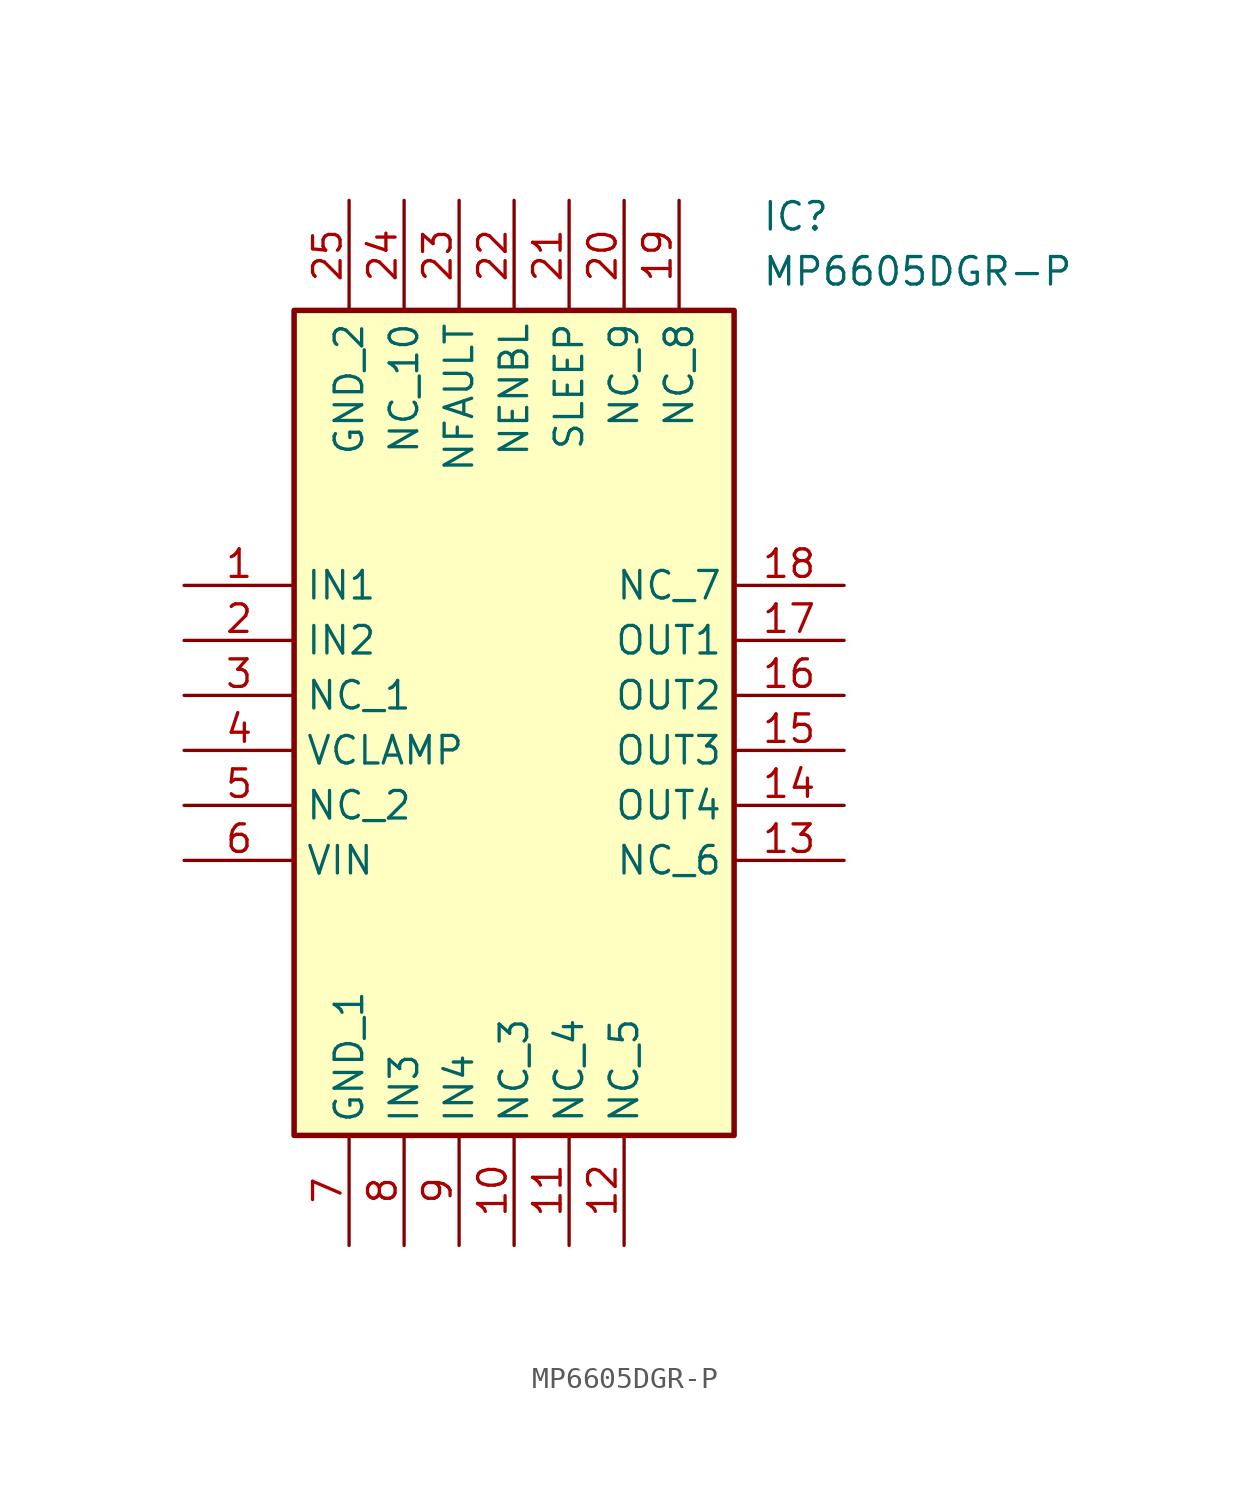
<source format=kicad_sym>
(kicad_symbol_lib
  (version 20211014)
  (generator SamacSys_ECAD_Model)
  (symbol "MP6605DGR-P"
    (property "Reference" "IC"
      (at 26.67 17.78 0)
      (effects (font (size 1.27 1.27)) (justify left top)))
    (property "Value" "MP6605DGR-P"
      (at 26.67 15.24 0)
      (effects (font (size 1.27 1.27)) (justify left top)))
    (rectangle
      (start 5.08 12.7)
      (end 25.4 -25.4)
      (stroke (width 0.254) (type default))
      (fill (type background)))
    (pin passive line
      (at 0 0 0)
      (length 5.08)
      (name "IN1" (effects (font (size 1.27 1.27))))
      (number "1" (effects (font (size 1.27 1.27)))))
    (pin passive line
      (at 0 -2.54 0)
      (length 5.08)
      (name "IN2" (effects (font (size 1.27 1.27))))
      (number "2" (effects (font (size 1.27 1.27)))))
    (pin passive line
      (at 0 -5.08 0)
      (length 5.08)
      (name "NC_1" (effects (font (size 1.27 1.27))))
      (number "3" (effects (font (size 1.27 1.27)))))
    (pin passive line
      (at 0 -7.62 0)
      (length 5.08)
      (name "VCLAMP" (effects (font (size 1.27 1.27))))
      (number "4" (effects (font (size 1.27 1.27)))))
    (pin passive line
      (at 0 -10.16 0)
      (length 5.08)
      (name "NC_2" (effects (font (size 1.27 1.27))))
      (number "5" (effects (font (size 1.27 1.27)))))
    (pin passive line
      (at 0 -12.7 0)
      (length 5.08)
      (name "VIN" (effects (font (size 1.27 1.27))))
      (number "6" (effects (font (size 1.27 1.27)))))
    (pin passive line
      (at 7.62 -30.48 90)
      (length 5.08)
      (name "GND_1" (effects (font (size 1.27 1.27))))
      (number "7" (effects (font (size 1.27 1.27)))))
    (pin passive line
      (at 10.16 -30.48 90)
      (length 5.08)
      (name "IN3" (effects (font (size 1.27 1.27))))
      (number "8" (effects (font (size 1.27 1.27)))))
    (pin passive line
      (at 12.7 -30.48 90)
      (length 5.08)
      (name "IN4" (effects (font (size 1.27 1.27))))
      (number "9" (effects (font (size 1.27 1.27)))))
    (pin passive line
      (at 15.24 -30.48 90)
      (length 5.08)
      (name "NC_3" (effects (font (size 1.27 1.27))))
      (number "10" (effects (font (size 1.27 1.27)))))
    (pin passive line
      (at 17.78 -30.48 90)
      (length 5.08)
      (name "NC_4" (effects (font (size 1.27 1.27))))
      (number "11" (effects (font (size 1.27 1.27)))))
    (pin passive line
      (at 20.32 -30.48 90)
      (length 5.08)
      (name "NC_5" (effects (font (size 1.27 1.27))))
      (number "12" (effects (font (size 1.27 1.27)))))
    (pin passive line
      (at 30.48 0 180)
      (length 5.08)
      (name "NC_7" (effects (font (size 1.27 1.27))))
      (number "18" (effects (font (size 1.27 1.27)))))
    (pin passive line
      (at 30.48 -2.54 180)
      (length 5.08)
      (name "OUT1" (effects (font (size 1.27 1.27))))
      (number "17" (effects (font (size 1.27 1.27)))))
    (pin passive line
      (at 30.48 -5.08 180)
      (length 5.08)
      (name "OUT2" (effects (font (size 1.27 1.27))))
      (number "16" (effects (font (size 1.27 1.27)))))
    (pin passive line
      (at 30.48 -7.62 180)
      (length 5.08)
      (name "OUT3" (effects (font (size 1.27 1.27))))
      (number "15" (effects (font (size 1.27 1.27)))))
    (pin passive line
      (at 30.48 -10.16 180)
      (length 5.08)
      (name "OUT4" (effects (font (size 1.27 1.27))))
      (number "14" (effects (font (size 1.27 1.27)))))
    (pin passive line
      (at 30.48 -12.7 180)
      (length 5.08)
      (name "NC_6" (effects (font (size 1.27 1.27))))
      (number "13" (effects (font (size 1.27 1.27)))))
    (pin passive line
      (at 7.62 17.78 270)
      (length 5.08)
      (name "GND_2" (effects (font (size 1.27 1.27))))
      (number "25" (effects (font (size 1.27 1.27)))))
    (pin passive line
      (at 10.16 17.78 270)
      (length 5.08)
      (name "NC_10" (effects (font (size 1.27 1.27))))
      (number "24" (effects (font (size 1.27 1.27)))))
    (pin passive line
      (at 12.7 17.78 270)
      (length 5.08)
      (name "NFAULT" (effects (font (size 1.27 1.27))))
      (number "23" (effects (font (size 1.27 1.27)))))
    (pin passive line
      (at 15.24 17.78 270)
      (length 5.08)
      (name "NENBL" (effects (font (size 1.27 1.27))))
      (number "22" (effects (font (size 1.27 1.27)))))
    (pin passive line
      (at 17.78 17.78 270)
      (length 5.08)
      (name "SLEEP" (effects (font (size 1.27 1.27))))
      (number "21" (effects (font (size 1.27 1.27)))))
    (pin passive line
      (at 20.32 17.78 270)
      (length 5.08)
      (name "NC_9" (effects (font (size 1.27 1.27))))
      (number "20" (effects (font (size 1.27 1.27)))))
    (pin passive line
      (at 22.86 17.78 270)
      (length 5.08)
      (name "NC_8" (effects (font (size 1.27 1.27))))
      (number "19" (effects (font (size 1.27 1.27)))))))
</source>
